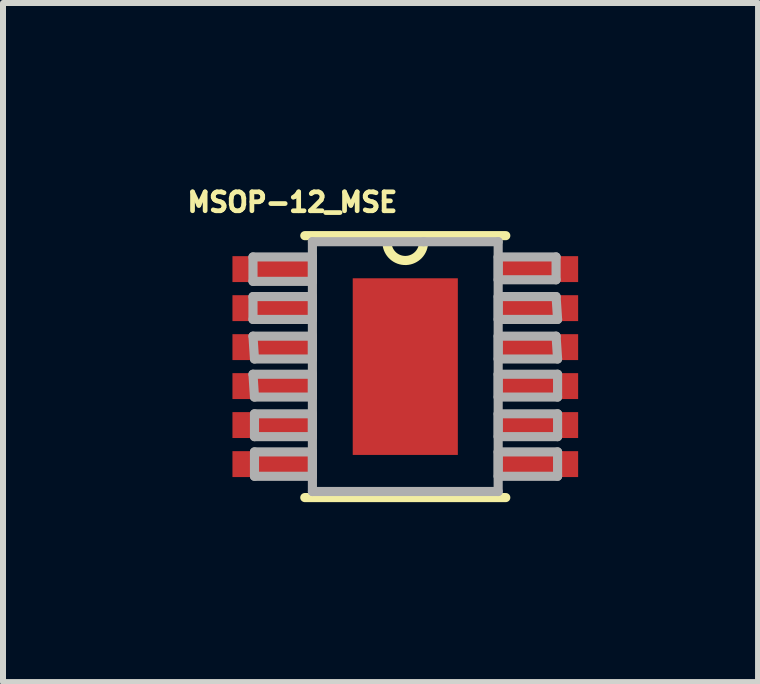
<source format=kicad_pcb>
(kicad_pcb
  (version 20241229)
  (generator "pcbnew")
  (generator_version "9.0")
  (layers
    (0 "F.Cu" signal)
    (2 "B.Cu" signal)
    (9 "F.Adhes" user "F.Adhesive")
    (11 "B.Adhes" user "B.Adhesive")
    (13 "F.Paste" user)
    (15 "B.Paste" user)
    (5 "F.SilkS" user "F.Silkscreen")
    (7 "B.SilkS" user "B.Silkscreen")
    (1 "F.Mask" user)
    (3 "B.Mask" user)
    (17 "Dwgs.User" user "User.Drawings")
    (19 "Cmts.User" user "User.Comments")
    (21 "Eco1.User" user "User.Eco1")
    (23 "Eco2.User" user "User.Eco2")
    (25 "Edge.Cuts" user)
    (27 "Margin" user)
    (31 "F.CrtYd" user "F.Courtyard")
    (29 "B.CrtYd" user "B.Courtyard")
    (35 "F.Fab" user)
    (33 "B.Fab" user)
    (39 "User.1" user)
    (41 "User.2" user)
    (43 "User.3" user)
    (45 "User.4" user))
  (footprint "MSOP-12_MSE"
    (layer "F.Cu")
    (at 3.709 3.064)
    (property "Reference" "MSOP-12_MSE" (at -1.883 -2.741 0) (layer "F.SilkS") (effects (font (size 0.315 0.315) (thickness 0.15))))
    (attr smd)
    (fp_line (start -1.676 2.184) (end 1.676 2.184) (stroke (width 0.152) (type solid)) (layer "F.SilkS"))
    (fp_line (start 1.676 -2.184) (end -1.676 -2.184) (stroke (width 0.152) (type solid)) (layer "F.SilkS"))
    (fp_arc (start 0.3048 -2.0828) (mid 0.0127 -1.7653) (end -0.3048 -2.0574) (stroke (width 0.1524) (type solid)) (layer "F.SilkS"))
    (fp_poly (pts (xy -0.776 -1.373) (xy -0.776 -0.1) (xy 0.776 -0.1) (xy 0.776 -1.373)) (stroke (width 0.025) (type solid)) (fill yes) (layer "F.Paste"))
    (fp_poly (pts (xy -0.776 0.1) (xy -0.776 1.373) (xy 0.776 1.373) (xy 0.776 0.1)) (stroke (width 0.025) (type solid)) (fill yes) (layer "F.Paste"))
    (fp_line (start -2.54 -1.829) (end -2.54 -1.422) (stroke (width 0.152) (type solid)) (layer "F.Fab"))
    (fp_line (start -2.54 -1.422) (end -1.549 -1.422) (stroke (width 0.152) (type solid)) (layer "F.Fab"))
    (fp_line (start -2.54 -1.168) (end -2.54 -0.787) (stroke (width 0.152) (type solid)) (layer "F.Fab"))
    (fp_line (start -2.54 -0.787) (end -1.549 -0.787) (stroke (width 0.152) (type solid)) (layer "F.Fab"))
    (fp_line (start -2.54 -0.508) (end -2.515 -0.127) (stroke (width 0.152) (type solid)) (layer "F.Fab"))
    (fp_line (start -2.54 0.127) (end -2.515 0.508) (stroke (width 0.152) (type solid)) (layer "F.Fab"))
    (fp_line (start -2.515 -0.127) (end -1.549 -0.127) (stroke (width 0.152) (type solid)) (layer "F.Fab"))
    (fp_line (start -2.515 0.508) (end -1.549 0.508) (stroke (width 0.152) (type solid)) (layer "F.Fab"))
    (fp_line (start -2.515 0.787) (end -2.515 1.168) (stroke (width 0.152) (type solid)) (layer "F.Fab"))
    (fp_line (start -2.515 1.168) (end -1.549 1.168) (stroke (width 0.152) (type solid)) (layer "F.Fab"))
    (fp_line (start -2.515 1.422) (end -2.515 1.829) (stroke (width 0.152) (type solid)) (layer "F.Fab"))
    (fp_line (start -2.515 1.829) (end -1.549 1.829) (stroke (width 0.152) (type solid)) (layer "F.Fab"))
    (fp_line (start -1.549 -2.083) (end -1.549 2.083) (stroke (width 0.152) (type solid)) (layer "F.Fab"))
    (fp_line (start -1.549 -1.829) (end -2.54 -1.829) (stroke (width 0.152) (type solid)) (layer "F.Fab"))
    (fp_line (start -1.549 -1.422) (end -1.549 -1.829) (stroke (width 0.152) (type solid)) (layer "F.Fab"))
    (fp_line (start -1.549 -1.168) (end -2.54 -1.168) (stroke (width 0.152) (type solid)) (layer "F.Fab"))
    (fp_line (start -1.549 -0.787) (end -1.549 -1.168) (stroke (width 0.152) (type solid)) (layer "F.Fab"))
    (fp_line (start -1.549 -0.508) (end -2.54 -0.508) (stroke (width 0.152) (type solid)) (layer "F.Fab"))
    (fp_line (start -1.549 -0.127) (end -1.549 -0.508) (stroke (width 0.152) (type solid)) (layer "F.Fab"))
    (fp_line (start -1.549 0.127) (end -2.54 0.127) (stroke (width 0.152) (type solid)) (layer "F.Fab"))
    (fp_line (start -1.549 0.508) (end -1.549 0.127) (stroke (width 0.152) (type solid)) (layer "F.Fab"))
    (fp_line (start -1.549 0.787) (end -2.515 0.787) (stroke (width 0.152) (type solid)) (layer "F.Fab"))
    (fp_line (start -1.549 1.168) (end -1.549 0.787) (stroke (width 0.152) (type solid)) (layer "F.Fab"))
    (fp_line (start -1.549 1.422) (end -2.515 1.422) (stroke (width 0.152) (type solid)) (layer "F.Fab"))
    (fp_line (start -1.549 1.829) (end -1.549 1.422) (stroke (width 0.152) (type solid)) (layer "F.Fab"))
    (fp_line (start -1.549 2.083) (end 1.549 2.083) (stroke (width 0.152) (type solid)) (layer "F.Fab"))
    (fp_line (start 0.305 -2.083) (end -1.549 -2.083) (stroke (width 0.152) (type solid)) (layer "F.Fab"))
    (fp_line (start 1.549 -2.083) (end 0.305 -2.083) (stroke (width 0.152) (type solid)) (layer "F.Fab"))
    (fp_line (start 1.549 -1.829) (end 1.549 -1.448) (stroke (width 0.152) (type solid)) (layer "F.Fab"))
    (fp_line (start 1.549 -1.448) (end 2.515 -1.448) (stroke (width 0.152) (type solid)) (layer "F.Fab"))
    (fp_line (start 1.549 -1.168) (end 1.549 -0.787) (stroke (width 0.152) (type solid)) (layer "F.Fab"))
    (fp_line (start 1.549 -0.787) (end 2.54 -0.787) (stroke (width 0.152) (type solid)) (layer "F.Fab"))
    (fp_line (start 1.549 -0.508) (end 1.549 -0.127) (stroke (width 0.152) (type solid)) (layer "F.Fab"))
    (fp_line (start 1.549 -0.127) (end 2.54 -0.127) (stroke (width 0.152) (type solid)) (layer "F.Fab"))
    (fp_line (start 1.549 0.127) (end 1.549 0.508) (stroke (width 0.152) (type solid)) (layer "F.Fab"))
    (fp_line (start 1.549 0.508) (end 2.54 0.508) (stroke (width 0.152) (type solid)) (layer "F.Fab"))
    (fp_line (start 1.549 0.787) (end 1.549 1.168) (stroke (width 0.152) (type solid)) (layer "F.Fab"))
    (fp_line (start 1.549 1.168) (end 2.54 1.168) (stroke (width 0.152) (type solid)) (layer "F.Fab"))
    (fp_line (start 1.549 1.422) (end 1.549 1.829) (stroke (width 0.152) (type solid)) (layer "F.Fab"))
    (fp_line (start 1.549 1.829) (end 2.54 1.829) (stroke (width 0.152) (type solid)) (layer "F.Fab"))
    (fp_line (start 1.549 2.083) (end 1.549 -2.083) (stroke (width 0.152) (type solid)) (layer "F.Fab"))
    (fp_line (start 2.515 -1.829) (end 1.549 -1.829) (stroke (width 0.152) (type solid)) (layer "F.Fab"))
    (fp_line (start 2.515 -1.448) (end 2.515 -1.829) (stroke (width 0.152) (type solid)) (layer "F.Fab"))
    (fp_line (start 2.515 -1.168) (end 1.549 -1.168) (stroke (width 0.152) (type solid)) (layer "F.Fab"))
    (fp_line (start 2.515 -0.508) (end 1.549 -0.508) (stroke (width 0.152) (type solid)) (layer "F.Fab"))
    (fp_line (start 2.54 -0.787) (end 2.515 -1.168) (stroke (width 0.152) (type solid)) (layer "F.Fab"))
    (fp_line (start 2.54 -0.127) (end 2.515 -0.508) (stroke (width 0.152) (type solid)) (layer "F.Fab"))
    (fp_line (start 2.54 0.127) (end 1.549 0.127) (stroke (width 0.152) (type solid)) (layer "F.Fab"))
    (fp_line (start 2.54 0.508) (end 2.54 0.127) (stroke (width 0.152) (type solid)) (layer "F.Fab"))
    (fp_line (start 2.54 0.787) (end 1.549 0.787) (stroke (width 0.152) (type solid)) (layer "F.Fab"))
    (fp_line (start 2.54 1.168) (end 2.54 0.787) (stroke (width 0.152) (type solid)) (layer "F.Fab"))
    (fp_line (start 2.54 1.422) (end 1.549 1.422) (stroke (width 0.152) (type solid)) (layer "F.Fab"))
    (fp_line (start 2.54 1.829) (end 2.54 1.422) (stroke (width 0.152) (type solid)) (layer "F.Fab"))
    (pad "1" smd rect (at -2.184 -1.626) (size 1.397 0.432) (layers "F.Cu" "F.Mask" "F.Paste"))
    (pad "2" smd rect (at -2.184 -0.975) (size 1.397 0.432) (layers "F.Cu" "F.Mask" "F.Paste"))
    (pad "3" smd rect (at -2.184 -0.325) (size 1.397 0.432) (layers "F.Cu" "F.Mask" "F.Paste"))
    (pad "4" smd rect (at -2.184 0.325) (size 1.397 0.432) (layers "F.Cu" "F.Mask" "F.Paste"))
    (pad "5" smd rect (at -2.184 0.975) (size 1.397 0.432) (layers "F.Cu" "F.Mask" "F.Paste"))
    (pad "6" smd rect (at -2.184 1.626) (size 1.397 0.432) (layers "F.Cu" "F.Mask" "F.Paste"))
    (pad "7" smd rect (at 2.184 1.626) (size 1.397 0.432) (layers "F.Cu" "F.Mask" "F.Paste"))
    (pad "8" smd rect (at 2.184 0.975) (size 1.397 0.432) (layers "F.Cu" "F.Mask" "F.Paste"))
    (pad "9" smd rect (at 2.184 0.325) (size 1.397 0.432) (layers "F.Cu" "F.Mask" "F.Paste"))
    (pad "10" smd rect (at 2.184 -0.325) (size 1.397 0.432) (layers "F.Cu" "F.Mask" "F.Paste"))
    (pad "11" smd rect (at 2.184 -0.975) (size 1.397 0.432) (layers "F.Cu" "F.Mask" "F.Paste"))
    (pad "12" smd rect (at 2.184 -1.626) (size 1.397 0.432) (layers "F.Cu" "F.Mask" "F.Paste"))
    (pad "13" smd rect (at 0 0) (size 1.753 2.946) (layers "F.Cu" "F.Mask")))
  (gr_rect
    (start -3 -3)
    (end 9.592 8.325)
    (stroke (width 0.1) (type default))
    (fill no)
    (layer "Edge.Cuts")))
</source>
